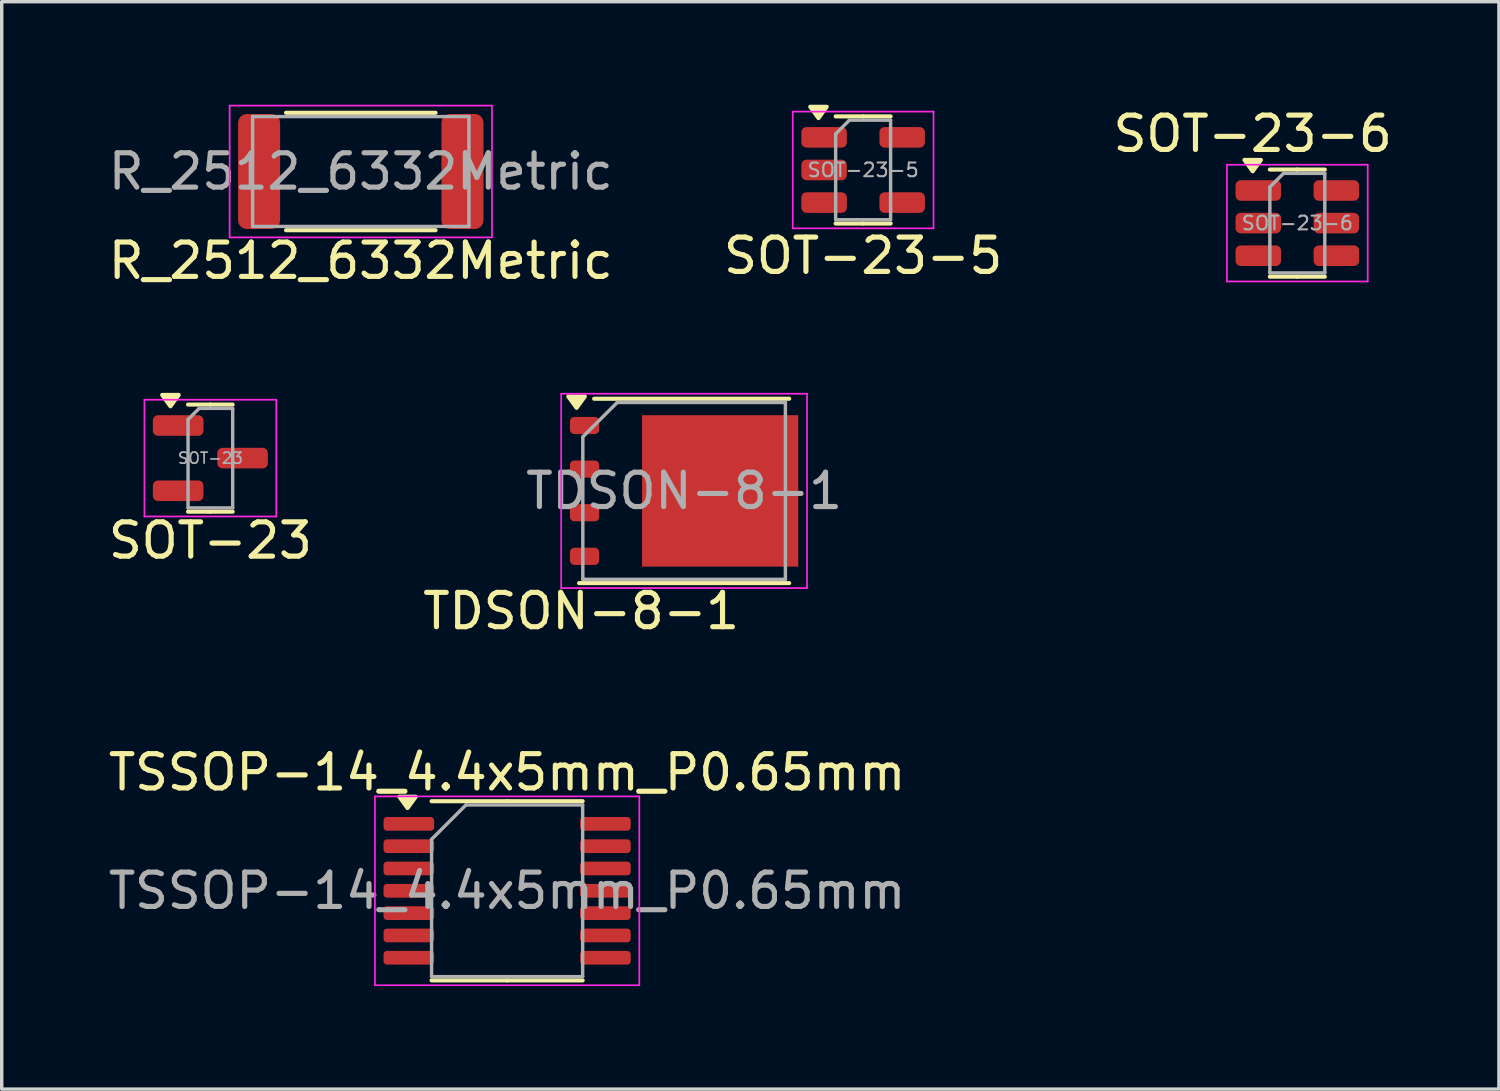
<source format=kicad_pcb>
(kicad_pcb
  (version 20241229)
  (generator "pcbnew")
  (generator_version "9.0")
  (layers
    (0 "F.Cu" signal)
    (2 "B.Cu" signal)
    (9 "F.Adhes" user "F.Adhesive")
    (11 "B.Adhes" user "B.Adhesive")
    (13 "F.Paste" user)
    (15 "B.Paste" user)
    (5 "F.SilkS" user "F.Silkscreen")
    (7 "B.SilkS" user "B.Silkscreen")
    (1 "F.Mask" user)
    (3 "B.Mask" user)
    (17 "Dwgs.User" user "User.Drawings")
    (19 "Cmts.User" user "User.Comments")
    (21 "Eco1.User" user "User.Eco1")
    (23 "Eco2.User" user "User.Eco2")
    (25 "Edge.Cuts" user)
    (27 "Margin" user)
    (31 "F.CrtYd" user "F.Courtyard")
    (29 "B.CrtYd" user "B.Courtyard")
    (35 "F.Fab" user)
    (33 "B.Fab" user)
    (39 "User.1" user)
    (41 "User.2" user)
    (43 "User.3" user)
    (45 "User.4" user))
  (footprint "SOT-23"
    (layer "F.Cu")
    (at 3.077 10.293)
    (property "Reference" "SOT-23" (at 0 2.4 180) (layer "F.SilkS") (effects (font (size 1 1) (thickness 0.15))))
    (attr smd)
    (fp_line (start 0 -1.56) (end -0.65 -1.56) (stroke (width 0.12) (type solid)) (layer "F.SilkS"))
    (fp_line (start 0 -1.56) (end 0.65 -1.56) (stroke (width 0.12) (type solid)) (layer "F.SilkS"))
    (fp_line (start 0 1.56) (end -0.65 1.56) (stroke (width 0.12) (type solid)) (layer "F.SilkS"))
    (fp_line (start 0 1.56) (end 0.65 1.56) (stroke (width 0.12) (type solid)) (layer "F.SilkS"))
    (fp_poly (pts (xy -1.163 -1.51) (xy -1.403 -1.84) (xy -0.922 -1.84) (xy -1.163 -1.51)) (stroke (width 0.12) (type solid)) (fill yes) (layer "F.SilkS"))
    (fp_line (start -1.92 -1.7) (end -1.92 1.7) (stroke (width 0.05) (type solid)) (layer "F.CrtYd"))
    (fp_line (start -1.92 1.7) (end 1.92 1.7) (stroke (width 0.05) (type solid)) (layer "F.CrtYd"))
    (fp_line (start 1.92 -1.7) (end -1.92 -1.7) (stroke (width 0.05) (type solid)) (layer "F.CrtYd"))
    (fp_line (start 1.92 1.7) (end 1.92 -1.7) (stroke (width 0.05) (type solid)) (layer "F.CrtYd"))
    (fp_line (start -0.65 -1.125) (end -0.325 -1.45) (stroke (width 0.1) (type solid)) (layer "F.Fab"))
    (fp_line (start -0.65 1.45) (end -0.65 -1.125) (stroke (width 0.1) (type solid)) (layer "F.Fab"))
    (fp_line (start -0.325 -1.45) (end 0.65 -1.45) (stroke (width 0.1) (type solid)) (layer "F.Fab"))
    (fp_line (start 0.65 -1.45) (end 0.65 1.45) (stroke (width 0.1) (type solid)) (layer "F.Fab"))
    (fp_line (start 0.65 1.45) (end -0.65 1.45) (stroke (width 0.1) (type solid)) (layer "F.Fab"))
    (fp_text user "${REFERENCE}" (at 0 0 180) (layer "F.Fab") (effects (font (size 0.32 0.32) (thickness 0.05))))
    (pad "1" smd roundrect (at -0.938 -0.95) (size 1.475 0.6) (layers "F.Cu" "F.Mask" "F.Paste") (roundrect_rratio 0.25))
    (pad "2" smd roundrect (at -0.938 0.95) (size 1.475 0.6) (layers "F.Cu" "F.Mask" "F.Paste") (roundrect_rratio 0.25))
    (pad "3" smd roundrect (at 0.938 0) (size 1.475 0.6) (layers "F.Cu" "F.Mask" "F.Paste") (roundrect_rratio 0.25)))
  (footprint "TDSON-8-1"
    (layer "F.Cu")
    (at 16.875 11.248)
    (property "Reference" "TDSON-8-1" (at -3 3.5 0) (layer "F.SilkS") (effects (font (size 1 1) (thickness 0.15))))
    (attr smd)
    (fp_line (start 3.06 -2.685) (end -2.62 -2.685) (stroke (width 0.12) (type solid)) (layer "F.SilkS"))
    (fp_line (start 3.06 2.685) (end -3.06 2.685) (stroke (width 0.12) (type solid)) (layer "F.SilkS"))
    (fp_poly (pts (xy -3.132 -2.42) (xy -3.372 -2.75) (xy -2.892 -2.75) (xy -3.132 -2.42)) (stroke (width 0.12) (type solid)) (fill yes) (layer "F.SilkS"))
    (fp_line (start -3.58 -2.83) (end -3.58 2.83) (stroke (width 0.05) (type solid)) (layer "F.CrtYd"))
    (fp_line (start -3.58 2.83) (end 3.58 2.83) (stroke (width 0.05) (type solid)) (layer "F.CrtYd"))
    (fp_line (start 3.58 -2.83) (end -3.58 -2.83) (stroke (width 0.05) (type solid)) (layer "F.CrtYd"))
    (fp_line (start 3.58 2.83) (end 3.58 -2.83) (stroke (width 0.05) (type solid)) (layer "F.CrtYd"))
    (fp_line (start -2.95 2.575) (end -2.95 -1.575) (stroke (width 0.1) (type solid)) (layer "F.Fab"))
    (fp_line (start -1.95 -2.575) (end -2.95 -1.575) (stroke (width 0.1) (type solid)) (layer "F.Fab"))
    (fp_line (start -1.95 -2.575) (end 2.95 -2.575) (stroke (width 0.1) (type solid)) (layer "F.Fab"))
    (fp_line (start 2.95 -2.575) (end 2.95 2.575) (stroke (width 0.1) (type solid)) (layer "F.Fab"))
    (fp_line (start 2.95 2.575) (end -2.95 2.575) (stroke (width 0.1) (type solid)) (layer "F.Fab"))
    (fp_text user "${REFERENCE}" (at 0 0 180) (layer "F.Fab") (effects (font (size 1 1) (thickness 0.15))))
    (pad "" smd roundrect (at -0.2 -0.85) (size 1.5 1.5) (layers "F.Paste") (roundrect_rratio 0.25))
    (pad "" smd roundrect (at -0.2 0.85) (size 1.5 1.5) (layers "F.Paste") (roundrect_rratio 0.25))
    (pad "" smd custom (at 0.65 0) (size 3.75 4.41) (layers "F.Mask") (options (anchor rect)) (primitives (gr_poly (pts (xy 2.675 -1.605) (xy 1.875 -1.605) (xy 1.875 -2.205) (xy 2.675 -2.205)) (width 0) (fill yes)) (gr_poly (pts (xy 2.675 -0.335) (xy 1.875 -0.335) (xy 1.875 -0.935) (xy 2.675 -0.935)) (width 0) (fill yes)) (gr_poly (pts (xy 2.675 0.935) (xy 1.875 0.935) (xy 1.875 0.335) (xy 2.675 0.335)) (width 0) (fill yes)) (gr_poly (pts (xy 2.675 2.205) (xy 1.875 2.205) (xy 1.875 1.605) (xy 2.675 1.605)) (width 0) (fill yes))))
    (pad "" smd roundrect (at 1.5 -0.85) (size 1.5 1.5) (layers "F.Paste") (roundrect_rratio 0.25))
    (pad "" smd roundrect (at 1.5 0.85) (size 1.5 1.5) (layers "F.Paste") (roundrect_rratio 0.25))
    (pad "" smd roundrect (at 2.905 -1.905) (size 0.75 0.5) (layers "F.Paste") (roundrect_rratio 0.25))
    (pad "" smd roundrect (at 2.905 -0.635) (size 0.75 0.5) (layers "F.Paste") (roundrect_rratio 0.25))
    (pad "" smd roundrect (at 2.905 0.635) (size 0.75 0.5) (layers "F.Paste") (roundrect_rratio 0.25))
    (pad "" smd roundrect (at 2.905 1.905) (size 0.75 0.5) (layers "F.Paste") (roundrect_rratio 0.25))
    (pad "1" smd roundrect (at -2.9 -1.905) (size 0.85 0.5) (layers "F.Cu" "F.Mask" "F.Paste") (roundrect_rratio 0.25))
    (pad "2" smd roundrect (at -2.9 -0.635) (size 0.85 0.5) (layers "F.Cu" "F.Mask" "F.Paste") (roundrect_rratio 0.25))
    (pad "3" smd roundrect (at -2.9 0.635) (size 0.85 0.5) (layers "F.Cu" "F.Mask" "F.Paste") (roundrect_rratio 0.25))
    (pad "4" smd roundrect (at -2.9 1.905) (size 0.85 0.5) (layers "F.Cu" "F.Mask" "F.Paste") (roundrect_rratio 0.25))
    (pad "5" smd rect (at 1.05 0) (size 4.55 4.41) (layers "F.Cu")))
  (footprint "TSSOP-14_4.4x5mm_P0.65mm"
    (layer "F.Cu")
    (at 11.72 22.895)
    (property "Reference" "TSSOP-14_4.4x5mm_P0.65mm" (at 0 -3.45 180) (layer "F.SilkS") (effects (font (size 1 1) (thickness 0.15))))
    (attr smd)
    (fp_line (start 0 -2.61) (end -2.2 -2.61) (stroke (width 0.12) (type solid)) (layer "F.SilkS"))
    (fp_line (start 0 -2.61) (end 2.2 -2.61) (stroke (width 0.12) (type solid)) (layer "F.SilkS"))
    (fp_line (start 0 2.61) (end -2.2 2.61) (stroke (width 0.12) (type solid)) (layer "F.SilkS"))
    (fp_line (start 0 2.61) (end 2.2 2.61) (stroke (width 0.12) (type solid)) (layer "F.SilkS"))
    (fp_poly (pts (xy -2.9 -2.41) (xy -3.14 -2.74) (xy -2.66 -2.74) (xy -2.9 -2.41)) (stroke (width 0.12) (type solid)) (fill yes) (layer "F.SilkS"))
    (fp_line (start -3.85 -2.75) (end -3.85 2.75) (stroke (width 0.05) (type solid)) (layer "F.CrtYd"))
    (fp_line (start -3.85 2.75) (end 3.85 2.75) (stroke (width 0.05) (type solid)) (layer "F.CrtYd"))
    (fp_line (start 3.85 -2.75) (end -3.85 -2.75) (stroke (width 0.05) (type solid)) (layer "F.CrtYd"))
    (fp_line (start 3.85 2.75) (end 3.85 -2.75) (stroke (width 0.05) (type solid)) (layer "F.CrtYd"))
    (fp_line (start -2.2 -1.5) (end -1.2 -2.5) (stroke (width 0.1) (type solid)) (layer "F.Fab"))
    (fp_line (start -2.2 2.5) (end -2.2 -1.5) (stroke (width 0.1) (type solid)) (layer "F.Fab"))
    (fp_line (start -1.2 -2.5) (end 2.2 -2.5) (stroke (width 0.1) (type solid)) (layer "F.Fab"))
    (fp_line (start 2.2 -2.5) (end 2.2 2.5) (stroke (width 0.1) (type solid)) (layer "F.Fab"))
    (fp_line (start 2.2 2.5) (end -2.2 2.5) (stroke (width 0.1) (type solid)) (layer "F.Fab"))
    (fp_text user "${REFERENCE}" (at 0 0 180) (layer "F.Fab") (effects (font (size 1 1) (thickness 0.15))))
    (pad "1" smd roundrect (at -2.862 -1.95) (size 1.475 0.4) (layers "F.Cu" "F.Mask" "F.Paste") (roundrect_rratio 0.25))
    (pad "2" smd roundrect (at -2.862 -1.3) (size 1.475 0.4) (layers "F.Cu" "F.Mask" "F.Paste") (roundrect_rratio 0.25))
    (pad "3" smd roundrect (at -2.862 -0.65) (size 1.475 0.4) (layers "F.Cu" "F.Mask" "F.Paste") (roundrect_rratio 0.25))
    (pad "4" smd roundrect (at -2.862 0) (size 1.475 0.4) (layers "F.Cu" "F.Mask" "F.Paste") (roundrect_rratio 0.25))
    (pad "5" smd roundrect (at -2.862 0.65) (size 1.475 0.4) (layers "F.Cu" "F.Mask" "F.Paste") (roundrect_rratio 0.25))
    (pad "6" smd roundrect (at -2.862 1.3) (size 1.475 0.4) (layers "F.Cu" "F.Mask" "F.Paste") (roundrect_rratio 0.25))
    (pad "7" smd roundrect (at -2.862 1.95) (size 1.475 0.4) (layers "F.Cu" "F.Mask" "F.Paste") (roundrect_rratio 0.25))
    (pad "8" smd roundrect (at 2.862 1.95) (size 1.475 0.4) (layers "F.Cu" "F.Mask" "F.Paste") (roundrect_rratio 0.25))
    (pad "9" smd roundrect (at 2.862 1.3) (size 1.475 0.4) (layers "F.Cu" "F.Mask" "F.Paste") (roundrect_rratio 0.25))
    (pad "10" smd roundrect (at 2.862 0.65) (size 1.475 0.4) (layers "F.Cu" "F.Mask" "F.Paste") (roundrect_rratio 0.25))
    (pad "11" smd roundrect (at 2.862 0) (size 1.475 0.4) (layers "F.Cu" "F.Mask" "F.Paste") (roundrect_rratio 0.25))
    (pad "12" smd roundrect (at 2.862 -0.65) (size 1.475 0.4) (layers "F.Cu" "F.Mask" "F.Paste") (roundrect_rratio 0.25))
    (pad "13" smd roundrect (at 2.862 -1.3) (size 1.475 0.4) (layers "F.Cu" "F.Mask" "F.Paste") (roundrect_rratio 0.25))
    (pad "14" smd roundrect (at 2.862 -1.95) (size 1.475 0.4) (layers "F.Cu" "F.Mask" "F.Paste") (roundrect_rratio 0.25)))
  (footprint "R_2512_6332Metric"
    (layer "F.Cu")
    (at 7.458 1.945)
    (property "Reference" "R_2512_6332Metric" (at 0 2.6 0) (layer "F.SilkS") (effects (font (size 1 1) (thickness 0.15))))
    (attr smd)
    (fp_line (start -2.177 -1.71) (end 2.177 -1.71) (stroke (width 0.12) (type solid)) (layer "F.SilkS"))
    (fp_line (start -2.177 1.71) (end 2.177 1.71) (stroke (width 0.12) (type solid)) (layer "F.SilkS"))
    (fp_line (start -3.82 -1.92) (end 3.82 -1.92) (stroke (width 0.05) (type solid)) (layer "F.CrtYd"))
    (fp_line (start -3.82 1.92) (end -3.82 -1.92) (stroke (width 0.05) (type solid)) (layer "F.CrtYd"))
    (fp_line (start 3.82 -1.92) (end 3.82 1.92) (stroke (width 0.05) (type solid)) (layer "F.CrtYd"))
    (fp_line (start 3.82 1.92) (end -3.82 1.92) (stroke (width 0.05) (type solid)) (layer "F.CrtYd"))
    (fp_line (start -3.15 -1.6) (end 3.15 -1.6) (stroke (width 0.1) (type solid)) (layer "F.Fab"))
    (fp_line (start -3.15 1.6) (end -3.15 -1.6) (stroke (width 0.1) (type solid)) (layer "F.Fab"))
    (fp_line (start 3.15 -1.6) (end 3.15 1.6) (stroke (width 0.1) (type solid)) (layer "F.Fab"))
    (fp_line (start 3.15 1.6) (end -3.15 1.6) (stroke (width 0.1) (type solid)) (layer "F.Fab"))
    (fp_text user "${REFERENCE}" (at 0 0 0) (layer "F.Fab") (effects (font (size 1 1) (thickness 0.15))))
    (pad "1" smd roundrect (at -2.962 0) (size 1.225 3.35) (layers "F.Cu" "F.Mask" "F.Paste") (roundrect_rratio 0.204))
    (pad "2" smd roundrect (at 2.962 0) (size 1.225 3.35) (layers "F.Cu" "F.Mask" "F.Paste") (roundrect_rratio 0.204)))
  (footprint "SOT-23-5"
    (layer "F.Cu")
    (at 22.089 1.9)
    (property "Reference" "SOT-23-5" (at 0 2.5 0) (layer "F.SilkS") (effects (font (size 1 1) (thickness 0.15))))
    (attr smd)
    (fp_line (start 0 -1.56) (end -0.8 -1.56) (stroke (width 0.12) (type solid)) (layer "F.SilkS"))
    (fp_line (start 0 -1.56) (end 0.8 -1.56) (stroke (width 0.12) (type solid)) (layer "F.SilkS"))
    (fp_line (start 0 1.56) (end -0.8 1.56) (stroke (width 0.12) (type solid)) (layer "F.SilkS"))
    (fp_line (start 0 1.56) (end 0.8 1.56) (stroke (width 0.12) (type solid)) (layer "F.SilkS"))
    (fp_poly (pts (xy -1.3 -1.51) (xy -1.54 -1.84) (xy -1.06 -1.84) (xy -1.3 -1.51)) (stroke (width 0.12) (type solid)) (fill yes) (layer "F.SilkS"))
    (fp_line (start -2.05 -1.7) (end -2.05 1.7) (stroke (width 0.05) (type solid)) (layer "F.CrtYd"))
    (fp_line (start -2.05 1.7) (end 2.05 1.7) (stroke (width 0.05) (type solid)) (layer "F.CrtYd"))
    (fp_line (start 2.05 -1.7) (end -2.05 -1.7) (stroke (width 0.05) (type solid)) (layer "F.CrtYd"))
    (fp_line (start 2.05 1.7) (end 2.05 -1.7) (stroke (width 0.05) (type solid)) (layer "F.CrtYd"))
    (fp_line (start -0.8 -1.05) (end -0.4 -1.45) (stroke (width 0.1) (type solid)) (layer "F.Fab"))
    (fp_line (start -0.8 1.45) (end -0.8 -1.05) (stroke (width 0.1) (type solid)) (layer "F.Fab"))
    (fp_line (start -0.4 -1.45) (end 0.8 -1.45) (stroke (width 0.1) (type solid)) (layer "F.Fab"))
    (fp_line (start 0.8 -1.45) (end 0.8 1.45) (stroke (width 0.1) (type solid)) (layer "F.Fab"))
    (fp_line (start 0.8 1.45) (end -0.8 1.45) (stroke (width 0.1) (type solid)) (layer "F.Fab"))
    (fp_text user "${REFERENCE}" (at 0 0 0) (layer "F.Fab") (effects (font (size 0.4 0.4) (thickness 0.06))))
    (pad "1" smd roundrect (at -1.137 -0.95) (size 1.325 0.6) (layers "F.Cu" "F.Mask" "F.Paste") (roundrect_rratio 0.25))
    (pad "2" smd roundrect (at -1.137 0) (size 1.325 0.6) (layers "F.Cu" "F.Mask" "F.Paste") (roundrect_rratio 0.25))
    (pad "3" smd roundrect (at -1.137 0.95) (size 1.325 0.6) (layers "F.Cu" "F.Mask" "F.Paste") (roundrect_rratio 0.25))
    (pad "4" smd roundrect (at 1.137 0.95) (size 1.325 0.6) (layers "F.Cu" "F.Mask" "F.Paste") (roundrect_rratio 0.25))
    (pad "5" smd roundrect (at 1.137 -0.95) (size 1.325 0.6) (layers "F.Cu" "F.Mask" "F.Paste") (roundrect_rratio 0.25)))
  (footprint "SOT-23-6"
    (layer "F.Cu")
    (at 34.735 3.448)
    (property "Reference" "SOT-23-6" (at -1.3 -2.6 180) (layer "F.SilkS") (effects (font (size 1 1) (thickness 0.15))))
    (attr smd)
    (fp_line (start 0 -1.56) (end -0.8 -1.56) (stroke (width 0.12) (type solid)) (layer "F.SilkS"))
    (fp_line (start 0 -1.56) (end 0.8 -1.56) (stroke (width 0.12) (type solid)) (layer "F.SilkS"))
    (fp_line (start 0 1.56) (end -0.8 1.56) (stroke (width 0.12) (type solid)) (layer "F.SilkS"))
    (fp_line (start 0 1.56) (end 0.8 1.56) (stroke (width 0.12) (type solid)) (layer "F.SilkS"))
    (fp_poly (pts (xy -1.3 -1.51) (xy -1.54 -1.84) (xy -1.06 -1.84) (xy -1.3 -1.51)) (stroke (width 0.12) (type solid)) (fill yes) (layer "F.SilkS"))
    (fp_line (start -2.05 -1.7) (end -2.05 1.7) (stroke (width 0.05) (type solid)) (layer "F.CrtYd"))
    (fp_line (start -2.05 1.7) (end 2.05 1.7) (stroke (width 0.05) (type solid)) (layer "F.CrtYd"))
    (fp_line (start 2.05 -1.7) (end -2.05 -1.7) (stroke (width 0.05) (type solid)) (layer "F.CrtYd"))
    (fp_line (start 2.05 1.7) (end 2.05 -1.7) (stroke (width 0.05) (type solid)) (layer "F.CrtYd"))
    (fp_line (start -0.8 -1.05) (end -0.4 -1.45) (stroke (width 0.1) (type solid)) (layer "F.Fab"))
    (fp_line (start -0.8 1.45) (end -0.8 -1.05) (stroke (width 0.1) (type solid)) (layer "F.Fab"))
    (fp_line (start -0.4 -1.45) (end 0.8 -1.45) (stroke (width 0.1) (type solid)) (layer "F.Fab"))
    (fp_line (start 0.8 -1.45) (end 0.8 1.45) (stroke (width 0.1) (type solid)) (layer "F.Fab"))
    (fp_line (start 0.8 1.45) (end -0.8 1.45) (stroke (width 0.1) (type solid)) (layer "F.Fab"))
    (fp_text user "${REFERENCE}" (at 0 0 180) (layer "F.Fab") (effects (font (size 0.4 0.4) (thickness 0.06))))
    (pad "1" smd roundrect (at -1.137 -0.95) (size 1.325 0.6) (layers "F.Cu" "F.Mask" "F.Paste") (roundrect_rratio 0.25))
    (pad "2" smd roundrect (at -1.137 0) (size 1.325 0.6) (layers "F.Cu" "F.Mask" "F.Paste") (roundrect_rratio 0.25))
    (pad "3" smd roundrect (at -1.137 0.95) (size 1.325 0.6) (layers "F.Cu" "F.Mask" "F.Paste") (roundrect_rratio 0.25))
    (pad "4" smd roundrect (at 1.137 0.95) (size 1.325 0.6) (layers "F.Cu" "F.Mask" "F.Paste") (roundrect_rratio 0.25))
    (pad "5" smd roundrect (at 1.137 0) (size 1.325 0.6) (layers "F.Cu" "F.Mask" "F.Paste") (roundrect_rratio 0.25))
    (pad "6" smd roundrect (at 1.137 -0.95) (size 1.325 0.6) (layers "F.Cu" "F.Mask" "F.Paste") (roundrect_rratio 0.25)))
  (gr_rect
    (start -3 -3)
    (end 40.607 28.67)
    (stroke (width 0.1) (type default))
    (fill no)
    (layer "Edge.Cuts")))
</source>
